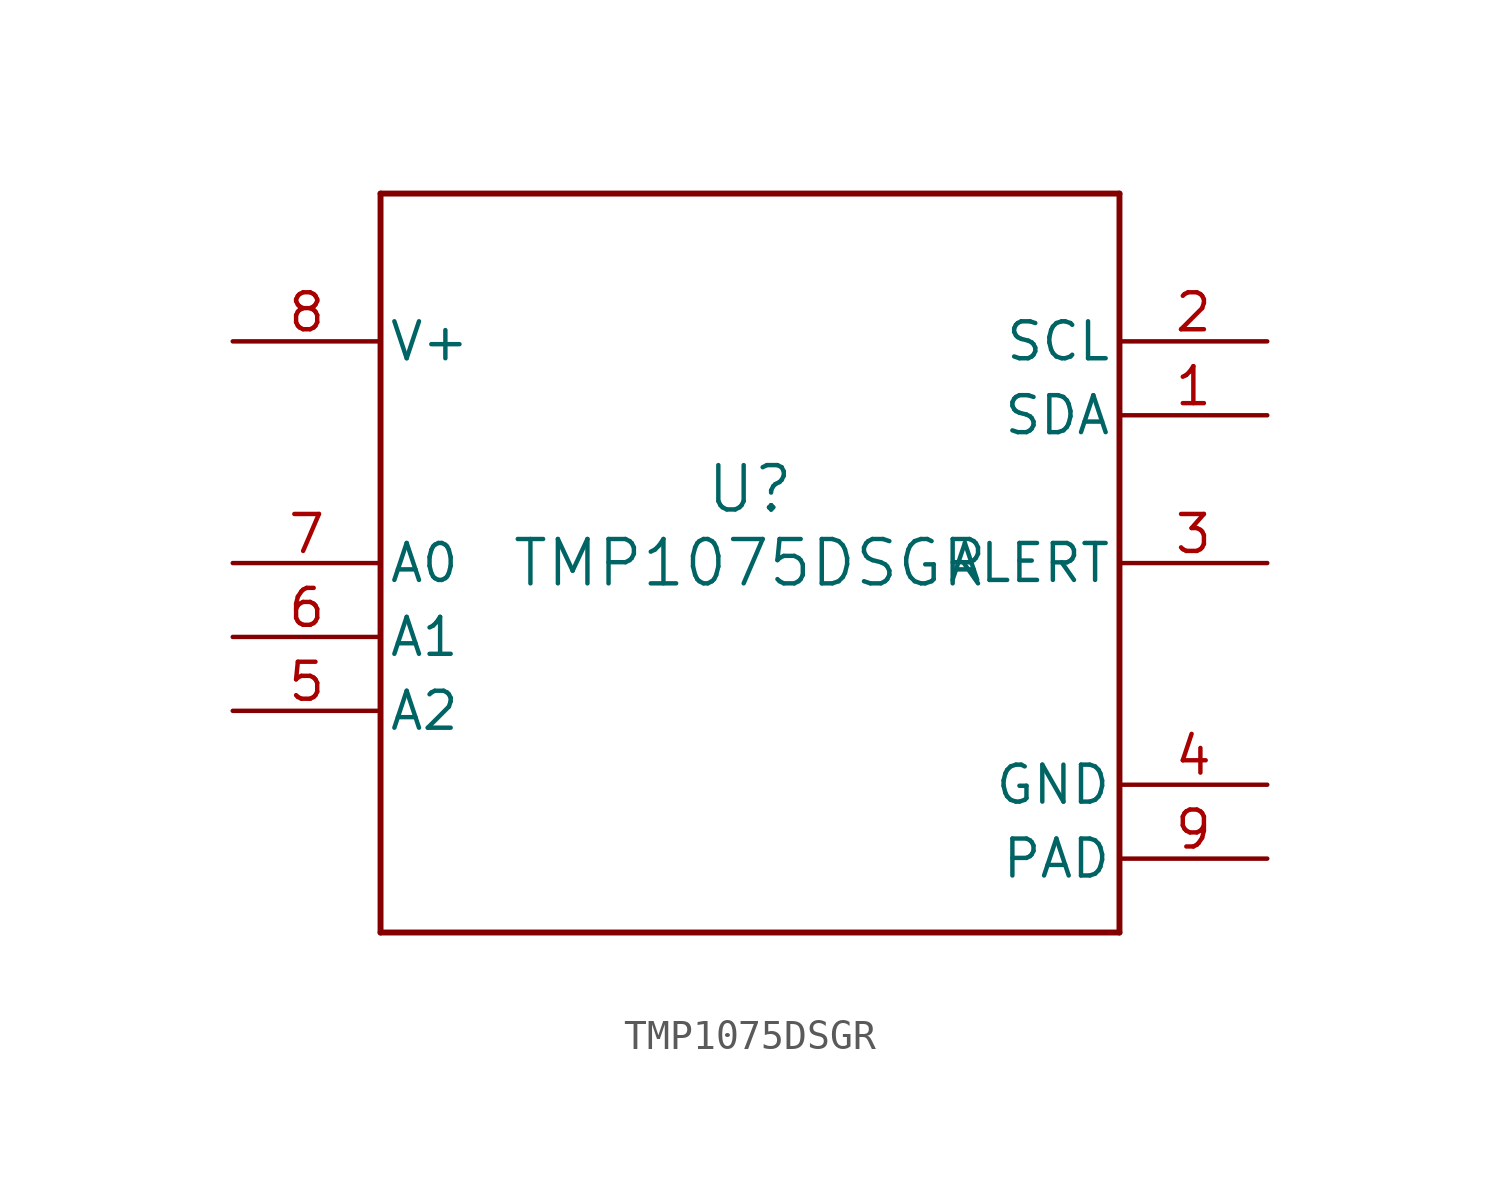
<source format=kicad_sym>
(kicad_symbol_lib
  (version 20211014)
  (generator kicad_symbol_editor)
  (symbol "TMP1075DSGR"
    (pin_names
      (offset 0.254))
    (property "Reference" "U"
      (at 0 2.54 0)
      (effects (font (size 1.524 1.524))))
    (property "Value" "TMP1075DSGR"
      (at 0 0 0)
      (effects (font (size 1.524 1.524))))
    (symbol "TMP1075DSGR_0_1"
      (polyline (pts (xy -12.7 -12.7) (xy 12.7 -12.7)) (stroke (width 0.203) (type default) (color 0 0 0 0)) (fill (type none)))
      (polyline (pts (xy 12.7 -12.7) (xy 12.7 12.7)) (stroke (width 0.203) (type default) (color 0 0 0 0)) (fill (type none)))
      (polyline (pts (xy 12.7 12.7) (xy -12.7 12.7)) (stroke (width 0.203) (type default) (color 0 0 0 0)) (fill (type none)))
      (polyline (pts (xy -12.7 12.7) (xy -12.7 -12.7)) (stroke (width 0.203) (type default) (color 0 0 0 0)) (fill (type none)))
      (pin bidirectional line (at 17.78 5.08 180) (length 5.08) (name "SDA" (effects (font (size 1.27 1.27)))) (number "1" (effects (font (size 1.27 1.27)))))
      (pin input line (at 17.78 7.62 180) (length 5.08) (name "SCL" (effects (font (size 1.27 1.27)))) (number "2" (effects (font (size 1.27 1.27)))))
      (pin open_collector line (at 17.78 0 180) (length 5.08) (name "ALERT" (effects (font (size 1.27 1.27)))) (number "3" (effects (font (size 1.27 1.27)))))
      (pin power_in line (at 17.78 -7.62 180) (length 5.08) (name "GND" (effects (font (size 1.27 1.27)))) (number "4" (effects (font (size 1.27 1.27)))))
      (pin input line (at -17.78 -5.08 0) (length 5.08) (name "A2" (effects (font (size 1.27 1.27)))) (number "5" (effects (font (size 1.27 1.27)))))
      (pin input line (at -17.78 -2.54 0) (length 5.08) (name "A1" (effects (font (size 1.27 1.27)))) (number "6" (effects (font (size 1.27 1.27)))))
      (pin input line (at -17.78 0 0) (length 5.08) (name "A0" (effects (font (size 1.27 1.27)))) (number "7" (effects (font (size 1.27 1.27)))))
      (pin power_in line (at -17.78 7.62 0) (length 5.08) (name "V+" (effects (font (size 1.27 1.27)))) (number "8" (effects (font (size 1.27 1.27)))))
      (pin power_in line (at 17.78 -10.16 180) (length 5.08) (name "PAD" (effects (font (size 1.27 1.27)))) (number "9" (effects (font (size 1.27 1.27))))))))
</source>
